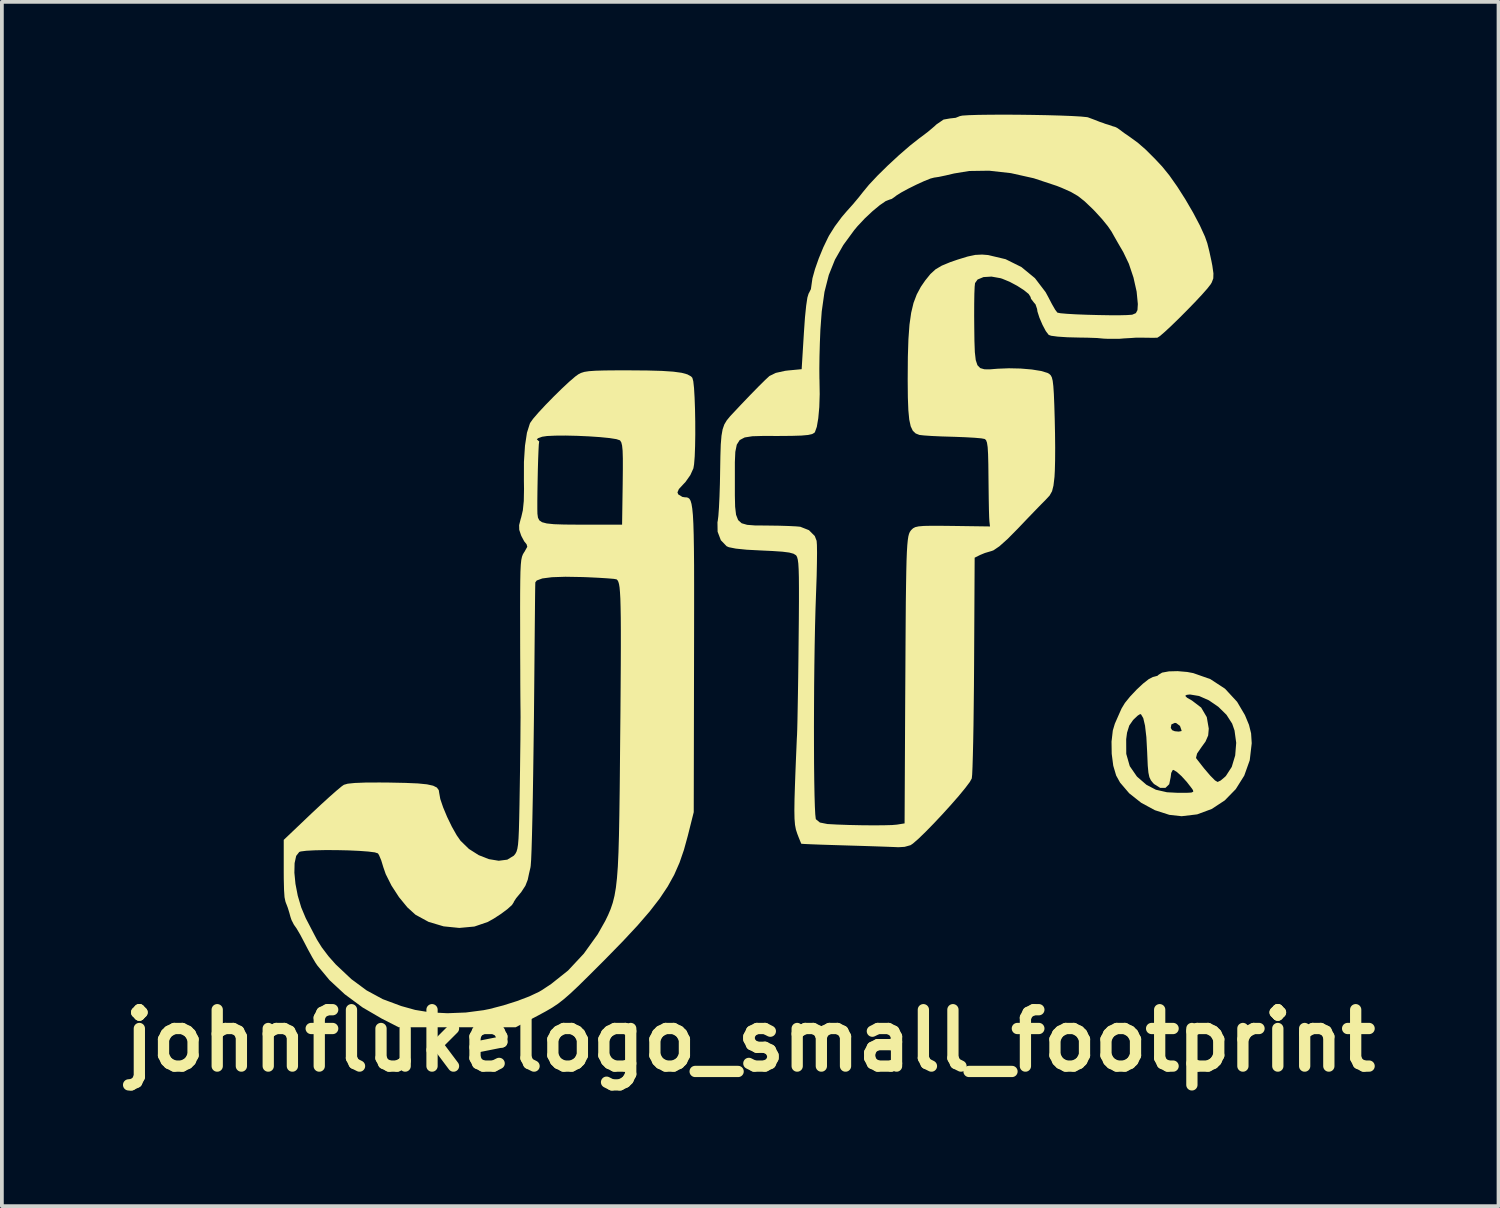
<source format=kicad_pcb>
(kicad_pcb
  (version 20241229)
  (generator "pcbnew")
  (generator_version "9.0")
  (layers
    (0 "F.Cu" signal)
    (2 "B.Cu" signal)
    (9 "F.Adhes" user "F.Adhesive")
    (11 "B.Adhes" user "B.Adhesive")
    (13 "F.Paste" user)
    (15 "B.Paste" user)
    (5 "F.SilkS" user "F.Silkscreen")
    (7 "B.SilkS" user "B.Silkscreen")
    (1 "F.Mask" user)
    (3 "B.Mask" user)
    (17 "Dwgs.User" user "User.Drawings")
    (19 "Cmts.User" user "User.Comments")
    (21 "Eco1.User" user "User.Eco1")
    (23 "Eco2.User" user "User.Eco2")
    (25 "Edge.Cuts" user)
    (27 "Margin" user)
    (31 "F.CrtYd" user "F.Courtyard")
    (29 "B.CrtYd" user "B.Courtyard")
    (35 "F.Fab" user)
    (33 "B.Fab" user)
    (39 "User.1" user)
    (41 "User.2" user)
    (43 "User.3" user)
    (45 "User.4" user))
  (footprint "johnflukelogo_small_footprint"
    (layer "F.Cu")
    (at 16.907 11.752)
    (property "Reference" "johnflukelogo_small_footprint" (at 0 12.88 0) (layer "F.SilkS") (effects (font (size 1.5 1.5) (thickness 0.3))))
    (attr board_only exclude_from_pos_files exclude_from_bom)
    (fp_poly (pts (xy 11.626 3.074) (xy 11.786 3.104) (xy 12.241 3.264) (xy 12.632 3.52) (xy 12.953 3.868) (xy 13.161 4.221) (xy 13.269 4.481) (xy 13.325 4.707) (xy 13.341 4.96) (xy 13.341 4.976) (xy 13.289 5.422) (xy 13.143 5.831) (xy 12.917 6.191) (xy 12.624 6.491) (xy 12.277 6.719) (xy 11.89 6.862) (xy 11.478 6.911) (xy 11.151 6.875) (xy 10.765 6.751) (xy 10.4 6.553) (xy 10.083 6.302) (xy 9.839 6.016) (xy 9.735 5.828) (xy 9.658 5.567) (xy 9.617 5.251) (xy 9.612 4.925) (xy 9.62 4.861) (xy 10.002 4.861) (xy 10.004 5.253) (xy 10.097 5.579) (xy 10.283 5.849) (xy 10.298 5.865) (xy 10.542 6.076) (xy 10.793 6.207) (xy 11.087 6.274) (xy 11.378 6.289) (xy 11.604 6.289) (xy 11.734 6.282) (xy 11.786 6.261) (xy 11.78 6.22) (xy 11.75 6.174) (xy 11.616 6.001) (xy 11.475 5.846) (xy 11.348 5.732) (xy 11.26 5.68) (xy 11.241 5.682) (xy 11.2 5.76) (xy 11.185 5.876) (xy 11.147 6.06) (xy 11.047 6.157) (xy 10.906 6.157) (xy 10.745 6.056) (xy 10.719 6.03) (xy 10.66 5.957) (xy 10.619 5.872) (xy 10.593 5.75) (xy 10.576 5.568) (xy 10.564 5.3) (xy 10.56 5.2) (xy 10.539 4.807) (xy 10.51 4.562) (xy 11.188 4.562) (xy 11.224 4.622) (xy 11.297 4.651) (xy 11.4 4.66) (xy 11.47 4.647) (xy 11.477 4.636) (xy 11.433 4.509) (xy 11.332 4.433) (xy 11.296 4.428) (xy 11.204 4.47) (xy 11.188 4.562) (xy 10.51 4.562) (xy 10.504 4.505) (xy 10.456 4.301) (xy 10.398 4.203) (xy 10.374 4.194) (xy 10.311 4.233) (xy 10.209 4.329) (xy 10.184 4.355) (xy 10.084 4.499) (xy 10.025 4.688) (xy 10.002 4.861) (xy 9.62 4.861) (xy 9.646 4.632) (xy 9.7 4.451) (xy 9.786 4.255) (xy 9.876 4.052) (xy 9.881 4.042) (xy 9.968 3.898) (xy 10.108 3.725) (xy 10.124 3.709) (xy 11.572 3.709) (xy 11.621 3.759) (xy 11.752 3.834) (xy 11.997 4.021) (xy 12.146 4.275) (xy 12.199 4.582) (xy 12.183 4.763) (xy 12.112 4.926) (xy 12.011 5.065) (xy 11.888 5.244) (xy 11.86 5.357) (xy 11.869 5.377) (xy 12.07 5.634) (xy 12.239 5.832) (xy 12.365 5.959) (xy 12.434 6) (xy 12.516 5.961) (xy 12.631 5.864) (xy 12.655 5.84) (xy 12.81 5.6) (xy 12.902 5.294) (xy 12.929 4.959) (xy 12.884 4.63) (xy 12.821 4.448) (xy 12.67 4.213) (xy 12.454 4.001) (xy 12.202 3.828) (xy 11.941 3.713) (xy 11.699 3.673) (xy 11.614 3.682) (xy 11.572 3.709) (xy 10.124 3.709) (xy 10.277 3.546) (xy 10.45 3.384) (xy 10.604 3.263) (xy 10.716 3.206) (xy 10.73 3.204) (xy 10.834 3.176) (xy 10.863 3.149) (xy 10.958 3.091) (xy 11.138 3.058) (xy 11.37 3.052)) (stroke (width 0) (type solid)) (fill yes) (layer "F.SilkS"))
    (fp_poly (pts (xy -2.737 -4.946) (xy -2.345 -4.935) (xy -2.045 -4.915) (xy -1.825 -4.885) (xy -1.672 -4.843) (xy -1.574 -4.789) (xy -1.539 -4.751) (xy -1.514 -4.66) (xy -1.494 -4.476) (xy -1.479 -4.22) (xy -1.468 -3.916) (xy -1.462 -3.585) (xy -1.461 -3.25) (xy -1.466 -2.935) (xy -1.476 -2.661) (xy -1.493 -2.451) (xy -1.511 -2.343) (xy -1.592 -2.164) (xy -1.722 -1.98) (xy -1.774 -1.925) (xy -1.897 -1.792) (xy -1.935 -1.704) (xy -1.914 -1.65) (xy -1.804 -1.583) (xy -1.743 -1.573) (xy -1.694 -1.571) (xy -1.652 -1.56) (xy -1.616 -1.532) (xy -1.586 -1.48) (xy -1.561 -1.395) (xy -1.541 -1.27) (xy -1.524 -1.097) (xy -1.512 -0.868) (xy -1.503 -0.575) (xy -1.497 -0.21) (xy -1.493 0.233) (xy -1.492 0.764) (xy -1.492 1.39) (xy -1.493 2.118) (xy -1.494 2.746) (xy -1.502 6.803) (xy -1.661 7.436) (xy -1.763 7.807) (xy -1.88 8.147) (xy -2.021 8.468) (xy -2.195 8.782) (xy -2.41 9.104) (xy -2.675 9.446) (xy -3 9.822) (xy -3.393 10.243) (xy -3.863 10.724) (xy -3.997 10.858) (xy -4.319 11.179) (xy -4.575 11.431) (xy -4.781 11.625) (xy -4.954 11.776) (xy -5.109 11.897) (xy -5.264 12.001) (xy -5.434 12.1) (xy -5.635 12.209) (xy -5.726 12.257) (xy -6.238 12.525) (xy -7.796 12.525) (xy -9.353 12.525) (xy -9.799 12.297) (xy -10.312 11.998) (xy -10.784 11.649) (xy -11.193 11.27) (xy -11.515 10.882) (xy -11.566 10.807) (xy -11.651 10.663) (xy -11.762 10.46) (xy -11.864 10.264) (xy -11.97 10.063) (xy -12.069 9.895) (xy -12.139 9.796) (xy -12.202 9.673) (xy -12.23 9.59) (xy -12.26 9.48) (xy -12.3 9.35) (xy -12.33 9.27) (xy -12.35 9.221) (xy -12.365 9.177) (xy -12.388 9.065) (xy -12.401 8.871) (xy -12.408 8.582) (xy -12.409 8.414) (xy -12.126 8.414) (xy -12.097 8.711) (xy -12.036 9.026) (xy -11.944 9.336) (xy -11.825 9.62) (xy -11.814 9.642) (xy -11.717 9.828) (xy -11.599 10.055) (xy -11.525 10.195) (xy -11.397 10.4) (xy -11.22 10.634) (xy -11.031 10.848) (xy -11.023 10.856) (xy -10.61 11.245) (xy -10.204 11.545) (xy -9.774 11.778) (xy -9.283 11.961) (xy -8.913 12.064) (xy -8.517 12.129) (xy -8.053 12.152) (xy -7.564 12.133) (xy -7.091 12.071) (xy -6.933 12.039) (xy -6.565 11.943) (xy -6.202 11.828) (xy -5.876 11.704) (xy -5.619 11.583) (xy -5.534 11.533) (xy -5.423 11.459) (xy -5.292 11.372) (xy -4.844 11.015) (xy -4.426 10.567) (xy -4.057 10.052) (xy -3.858 9.7) (xy -3.779 9.537) (xy -3.712 9.379) (xy -3.656 9.213) (xy -3.61 9.028) (xy -3.573 8.813) (xy -3.544 8.556) (xy -3.521 8.247) (xy -3.504 7.872) (xy -3.491 7.421) (xy -3.481 6.883) (xy -3.472 6.247) (xy -3.468 5.855) (xy -3.46 4.96) (xy -3.452 4.173) (xy -3.447 3.49) (xy -3.443 2.9) (xy -3.441 2.399) (xy -3.441 1.978) (xy -3.443 1.63) (xy -3.448 1.348) (xy -3.454 1.124) (xy -3.464 0.953) (xy -3.475 0.825) (xy -3.49 0.735) (xy -3.508 0.674) (xy -3.528 0.636) (xy -3.551 0.613) (xy -3.556 0.61) (xy -3.629 0.597) (xy -3.796 0.583) (xy -4.035 0.568) (xy -4.325 0.554) (xy -4.456 0.549) (xy -4.915 0.541) (xy -5.274 0.553) (xy -5.53 0.586) (xy -5.678 0.64) (xy -5.716 0.689) (xy -5.718 0.755) (xy -5.721 0.923) (xy -5.724 1.179) (xy -5.727 1.508) (xy -5.731 1.897) (xy -5.735 2.331) (xy -5.737 2.563) (xy -5.745 3.453) (xy -5.753 4.288) (xy -5.763 5.062) (xy -5.773 5.769) (xy -5.783 6.401) (xy -5.794 6.953) (xy -5.805 7.418) (xy -5.816 7.79) (xy -5.827 8.062) (xy -5.839 8.227) (xy -5.845 8.272) (xy -5.884 8.44) (xy -5.918 8.601) (xy -5.981 8.762) (xy -6.093 8.933) (xy -6.123 8.968) (xy -6.227 9.093) (xy -6.286 9.185) (xy -6.292 9.203) (xy -6.338 9.274) (xy -6.459 9.383) (xy -6.628 9.509) (xy -6.82 9.634) (xy -6.982 9.725) (xy -7.337 9.846) (xy -7.739 9.883) (xy -8.156 9.841) (xy -8.556 9.722) (xy -8.904 9.532) (xy -9.121 9.335) (xy -9.343 9.064) (xy -9.543 8.756) (xy -9.696 8.451) (xy -9.759 8.27) (xy -9.815 8.086) (xy -9.874 7.946) (xy -9.903 7.9) (xy -9.986 7.873) (xy -10.162 7.851) (xy -10.405 7.833) (xy -10.693 7.82) (xy -11.001 7.813) (xy -11.306 7.812) (xy -11.583 7.818) (xy -11.808 7.83) (xy -11.957 7.849) (xy -11.996 7.862) (xy -12.078 7.967) (xy -12.12 8.159) (xy -12.126 8.414) (xy -12.409 8.414) (xy -12.409 8.366) (xy -12.409 7.541) (xy -11.676 6.843) (xy -11.426 6.609) (xy -11.197 6.4) (xy -11.005 6.231) (xy -10.867 6.116) (xy -10.808 6.075) (xy -10.706 6.046) (xy -10.521 6.027) (xy -10.242 6.016) (xy -9.861 6.014) (xy -9.604 6.016) (xy -9.17 6.025) (xy -8.839 6.039) (xy -8.599 6.063) (xy -8.435 6.099) (xy -8.335 6.149) (xy -8.285 6.217) (xy -8.272 6.299) (xy -8.244 6.454) (xy -8.169 6.675) (xy -8.062 6.931) (xy -7.937 7.189) (xy -7.809 7.416) (xy -7.706 7.564) (xy -7.483 7.781) (xy -7.224 7.946) (xy -6.952 8.053) (xy -6.69 8.096) (xy -6.462 8.067) (xy -6.29 7.962) (xy -6.282 7.953) (xy -6.245 7.907) (xy -6.216 7.852) (xy -6.194 7.776) (xy -6.176 7.664) (xy -6.163 7.502) (xy -6.153 7.278) (xy -6.145 6.977) (xy -6.137 6.586) (xy -6.13 6.133) (xy -6.123 5.682) (xy -6.118 5.252) (xy -6.113 4.862) (xy -6.111 4.53) (xy -6.109 4.275) (xy -6.11 4.116) (xy -6.11 4.107) (xy -6.112 3.962) (xy -6.114 3.718) (xy -6.116 3.392) (xy -6.117 3.003) (xy -6.119 2.566) (xy -6.12 2.101) (xy -6.12 1.897) (xy -6.121 1.382) (xy -6.12 0.97) (xy -6.117 0.648) (xy -6.112 0.404) (xy -6.103 0.225) (xy -6.09 0.097) (xy -6.071 0.008) (xy -6.047 -0.055) (xy -6.017 -0.106) (xy -6.004 -0.124) (xy -5.93 -0.257) (xy -5.949 -0.324) (xy -6.012 -0.401) (xy -6.085 -0.538) (xy -6.097 -0.566) (xy -6.144 -0.707) (xy -6.147 -0.832) (xy -6.105 -0.999) (xy -6.092 -1.039) (xy -6.048 -1.228) (xy -6.023 -1.473) (xy -6.017 -1.799) (xy -6.02 -2.01) (xy -6.019 -2.516) (xy -5.991 -2.947) (xy -5.966 -3.11) (xy -5.676 -3.11) (xy -5.665 -3.104) (xy -5.612 -3.057) (xy -5.616 -3.039) (xy -5.624 -2.972) (xy -5.632 -2.813) (xy -5.641 -2.585) (xy -5.649 -2.313) (xy -5.655 -2.021) (xy -5.66 -1.732) (xy -5.663 -1.471) (xy -5.663 -1.262) (xy -5.66 -1.129) (xy -5.659 -1.126) (xy -5.646 -1.031) (xy -5.61 -0.96) (xy -5.537 -0.91) (xy -5.412 -0.877) (xy -5.219 -0.857) (xy -4.944 -0.848) (xy -4.571 -0.845) (xy -4.452 -0.845) (xy -3.408 -0.845) (xy -3.392 -1.929) (xy -3.388 -2.318) (xy -3.388 -2.607) (xy -3.394 -2.812) (xy -3.408 -2.949) (xy -3.429 -3.033) (xy -3.459 -3.081) (xy -3.467 -3.089) (xy -3.56 -3.12) (xy -3.745 -3.149) (xy -3.997 -3.174) (xy -4.292 -3.194) (xy -4.605 -3.208) (xy -4.911 -3.215) (xy -5.185 -3.213) (xy -5.404 -3.203) (xy -5.534 -3.184) (xy -5.647 -3.143) (xy -5.676 -3.11) (xy -5.966 -3.11) (xy -5.939 -3.29) (xy -5.862 -3.533) (xy -5.852 -3.554) (xy -5.775 -3.662) (xy -5.632 -3.828) (xy -5.444 -4.03) (xy -5.231 -4.248) (xy -5.015 -4.46) (xy -4.816 -4.646) (xy -4.654 -4.785) (xy -4.573 -4.844) (xy -4.501 -4.881) (xy -4.412 -4.909) (xy -4.288 -4.928) (xy -4.113 -4.94) (xy -3.868 -4.947) (xy -3.536 -4.95) (xy -3.233 -4.95)) (stroke (width 0) (type solid)) (fill yes) (layer "F.SilkS"))
    (fp_poly (pts (xy 7.118 -11.75) (xy 7.51 -11.745) (xy 7.891 -11.738) (xy 8.245 -11.728) (xy 8.552 -11.716) (xy 8.796 -11.702) (xy 8.957 -11.686) (xy 8.981 -11.682) (xy 9.155 -11.617) (xy 9.3 -11.56) (xy 9.39 -11.53) (xy 9.44 -11.51) (xy 9.54 -11.48) (xy 9.648 -11.442) (xy 9.71 -11.425) (xy 9.761 -11.4) (xy 9.823 -11.357) (xy 9.953 -11.26) (xy 10.097 -11.161) (xy 10.309 -11.007) (xy 10.526 -10.818) (xy 10.772 -10.572) (xy 10.96 -10.371) (xy 11.15 -10.137) (xy 11.362 -9.836) (xy 11.579 -9.495) (xy 11.785 -9.141) (xy 11.963 -8.803) (xy 12.098 -8.507) (xy 12.16 -8.331) (xy 12.214 -8.116) (xy 12.269 -7.862) (xy 12.294 -7.734) (xy 12.323 -7.529) (xy 12.319 -7.395) (xy 12.278 -7.287) (xy 12.25 -7.24) (xy 12.163 -7.128) (xy 12.019 -6.965) (xy 11.834 -6.767) (xy 11.626 -6.553) (xy 11.412 -6.338) (xy 11.208 -6.14) (xy 11.032 -5.976) (xy 10.901 -5.863) (xy 10.831 -5.818) (xy 10.83 -5.818) (xy 10.735 -5.816) (xy 10.559 -5.817) (xy 10.41 -5.82) (xy 10.27 -5.82) (xy 10.13 -5.81) (xy 9.95 -5.8) (xy 9.83 -5.79) (xy 9.78 -5.79) (xy 9.73 -5.79) (xy 9.63 -5.79) (xy 9.56 -5.79) (xy 9.49 -5.79) (xy 9.399 -5.794) (xy 9.228 -5.81) (xy 8.967 -5.819) (xy 8.761 -5.822) (xy 8.437 -5.83) (xy 8.18 -5.847) (xy 8.007 -5.87) (xy 7.941 -5.893) (xy 7.864 -5.994) (xy 7.775 -6.162) (xy 7.694 -6.351) (xy 7.641 -6.516) (xy 7.632 -6.583) (xy 7.59 -6.705) (xy 7.544 -6.758) (xy 7.47 -6.854) (xy 7.457 -6.904) (xy 7.408 -6.981) (xy 7.28 -7.085) (xy 7.102 -7.199) (xy 6.901 -7.306) (xy 6.707 -7.386) (xy 6.661 -7.401) (xy 6.419 -7.444) (xy 6.206 -7.431) (xy 6.049 -7.366) (xy 5.981 -7.271) (xy 5.971 -7.174) (xy 5.963 -6.982) (xy 5.959 -6.717) (xy 5.958 -6.401) (xy 5.96 -6.132) (xy 5.965 -5.732) (xy 5.976 -5.434) (xy 6 -5.223) (xy 6.045 -5.087) (xy 6.119 -5.01) (xy 6.23 -4.978) (xy 6.384 -4.977) (xy 6.58 -4.993) (xy 6.882 -5.005) (xy 7.195 -4.998) (xy 7.49 -4.973) (xy 7.738 -4.933) (xy 7.911 -4.881) (xy 7.952 -4.858) (xy 7.993 -4.82) (xy 8.024 -4.764) (xy 8.047 -4.672) (xy 8.064 -4.53) (xy 8.078 -4.319) (xy 8.09 -4.024) (xy 8.101 -3.653) (xy 8.109 -3.27) (xy 8.113 -2.895) (xy 8.111 -2.556) (xy 8.104 -2.282) (xy 8.095 -2.116) (xy 8.068 -1.886) (xy 8.03 -1.734) (xy 7.965 -1.619) (xy 7.858 -1.504) (xy 7.742 -1.387) (xy 7.569 -1.209) (xy 7.361 -0.993) (xy 7.142 -0.763) (xy 7.124 -0.744) (xy 6.847 -0.464) (xy 6.629 -0.269) (xy 6.473 -0.163) (xy 6.425 -0.145) (xy 6.243 -0.091) (xy 6.117 -0.039) (xy 5.971 0.034) (xy 5.956 2.881) (xy 5.952 3.452) (xy 5.946 3.992) (xy 5.94 4.489) (xy 5.932 4.93) (xy 5.923 5.304) (xy 5.914 5.599) (xy 5.905 5.803) (xy 5.895 5.902) (xy 5.895 5.905) (xy 5.841 6.002) (xy 5.719 6.164) (xy 5.547 6.373) (xy 5.339 6.611) (xy 5.112 6.861) (xy 4.882 7.106) (xy 4.664 7.329) (xy 4.475 7.512) (xy 4.33 7.638) (xy 4.265 7.682) (xy 4.108 7.726) (xy 3.944 7.736) (xy 3.83 7.731) (xy 3.62 7.723) (xy 3.336 7.713) (xy 2.998 7.702) (xy 2.628 7.691) (xy 2.563 7.689) (xy 2.204 7.678) (xy 1.887 7.668) (xy 1.629 7.658) (xy 1.449 7.65) (xy 1.364 7.644) (xy 1.359 7.643) (xy 1.335 7.587) (xy 1.283 7.458) (xy 1.252 7.377) (xy 1.216 7.266) (xy 1.192 7.14) (xy 1.179 6.978) (xy 1.175 6.759) (xy 1.179 6.463) (xy 1.19 6.11) (xy 1.203 5.748) (xy 1.217 5.399) (xy 1.23 5.091) (xy 1.24 4.853) (xy 1.246 4.748) (xy 1.251 4.609) (xy 1.257 4.37) (xy 1.263 4.046) (xy 1.27 3.652) (xy 1.277 3.204) (xy 1.283 2.718) (xy 1.288 2.23) (xy 1.294 1.665) (xy 1.297 1.205) (xy 1.297 0.838) (xy 1.295 0.555) (xy 1.289 0.342) (xy 1.28 0.19) (xy 1.266 0.086) (xy 1.248 0.019) (xy 1.226 -0.022) (xy 1.217 -0.032) (xy 1.152 -0.072) (xy 1.038 -0.103) (xy 0.858 -0.126) (xy 0.593 -0.144) (xy 0.314 -0.157) (xy -0.09 -0.178) (xy -0.383 -0.208) (xy -0.568 -0.245) (xy -0.627 -0.271) (xy -0.781 -0.431) (xy -0.867 -0.657) (xy -0.871 -0.91) (xy -0.863 -0.948) (xy -0.847 -1.076) (xy -0.831 -1.298) (xy -0.817 -1.59) (xy -0.806 -1.928) (xy -0.802 -2.137) (xy -0.408 -2.137) (xy -0.408 -2.023) (xy -0.408 -1.621) (xy -0.401 -1.321) (xy -0.376 -1.108) (xy -0.321 -0.967) (xy -0.227 -0.882) (xy -0.081 -0.84) (xy 0.126 -0.824) (xy 0.407 -0.822) (xy 0.48 -0.821) (xy 0.77 -0.817) (xy 1.027 -0.809) (xy 1.225 -0.799) (xy 1.333 -0.789) (xy 1.563 -0.698) (xy 1.718 -0.542) (xy 1.767 -0.415) (xy 1.775 -0.305) (xy 1.778 -0.099) (xy 1.775 0.183) (xy 1.768 0.52) (xy 1.755 0.894) (xy 1.751 1.002) (xy 1.737 1.402) (xy 1.725 1.858) (xy 1.715 2.357) (xy 1.707 2.886) (xy 1.701 3.433) (xy 1.698 3.983) (xy 1.696 4.525) (xy 1.697 5.044) (xy 1.699 5.53) (xy 1.704 5.967) (xy 1.711 6.343) (xy 1.72 6.646) (xy 1.731 6.862) (xy 1.744 6.979) (xy 1.749 6.993) (xy 1.854 7.079) (xy 2.054 7.119) (xy 2.313 7.133) (xy 2.62 7.144) (xy 2.948 7.151) (xy 3.268 7.154) (xy 3.553 7.152) (xy 3.775 7.146) (xy 3.903 7.135) (xy 4.107 7.102) (xy 4.123 3.886) (xy 4.128 3.061) (xy 4.132 2.346) (xy 4.136 1.73) (xy 4.14 1.207) (xy 4.146 0.769) (xy 4.152 0.408) (xy 4.159 0.115) (xy 4.168 -0.118) (xy 4.179 -0.297) (xy 4.192 -0.432) (xy 4.207 -0.531) (xy 4.225 -0.6) (xy 4.246 -0.649) (xy 4.27 -0.685) (xy 4.286 -0.704) (xy 4.332 -0.748) (xy 4.391 -0.779) (xy 4.48 -0.799) (xy 4.618 -0.811) (xy 4.823 -0.815) (xy 5.114 -0.814) (xy 5.387 -0.811) (xy 6.379 -0.797) (xy 6.363 -0.937) (xy 6.357 -1.041) (xy 6.351 -1.238) (xy 6.346 -1.507) (xy 6.342 -1.825) (xy 6.339 -2.08) (xy 6.335 -2.451) (xy 6.328 -2.722) (xy 6.317 -2.908) (xy 6.299 -3.026) (xy 6.274 -3.093) (xy 6.24 -3.123) (xy 6.239 -3.124) (xy 6.148 -3.141) (xy 5.966 -3.157) (xy 5.717 -3.171) (xy 5.429 -3.182) (xy 5.389 -3.183) (xy 5.092 -3.192) (xy 4.829 -3.204) (xy 4.625 -3.218) (xy 4.508 -3.231) (xy 4.501 -3.232) (xy 4.402 -3.271) (xy 4.326 -3.343) (xy 4.27 -3.461) (xy 4.231 -3.639) (xy 4.207 -3.891) (xy 4.194 -4.23) (xy 4.19 -4.67) (xy 4.19 -4.735) (xy 4.194 -5.307) (xy 4.209 -5.778) (xy 4.237 -6.164) (xy 4.282 -6.481) (xy 4.345 -6.744) (xy 4.431 -6.97) (xy 4.54 -7.173) (xy 4.655 -7.34) (xy 4.793 -7.511) (xy 4.929 -7.636) (xy 5.096 -7.735) (xy 5.323 -7.829) (xy 5.518 -7.896) (xy 5.785 -7.978) (xy 5.988 -8.021) (xy 6.17 -8.03) (xy 6.33 -8.017) (xy 6.794 -7.907) (xy 7.215 -7.698) (xy 7.575 -7.402) (xy 7.858 -7.031) (xy 7.927 -6.904) (xy 8.027 -6.712) (xy 8.113 -6.563) (xy 8.17 -6.488) (xy 8.173 -6.485) (xy 8.254 -6.469) (xy 8.426 -6.454) (xy 8.666 -6.44) (xy 8.949 -6.429) (xy 9.251 -6.421) (xy 9.546 -6.416) (xy 9.811 -6.415) (xy 10.02 -6.42) (xy 10.15 -6.429) (xy 10.167 -6.432) (xy 10.26 -6.472) (xy 10.302 -6.552) (xy 10.312 -6.711) (xy 10.312 -6.715) (xy 10.28 -7.045) (xy 10.196 -7.419) (xy 10.073 -7.786) (xy 9.925 -8.095) (xy 9.924 -8.097) (xy 9.799 -8.311) (xy 9.677 -8.525) (xy 9.611 -8.643) (xy 9.512 -8.787) (xy 9.357 -8.977) (xy 9.171 -9.181) (xy 9.098 -9.255) (xy 8.895 -9.448) (xy 8.719 -9.587) (xy 8.53 -9.697) (xy 8.287 -9.805) (xy 8.156 -9.857) (xy 7.543 -10.06) (xy 6.936 -10.196) (xy 6.355 -10.261) (xy 5.822 -10.253) (xy 5.423 -10.187) (xy 5.202 -10.135) (xy 5.017 -10.096) (xy 4.903 -10.079) (xy 4.895 -10.078) (xy 4.795 -10.052) (xy 4.626 -9.984) (xy 4.419 -9.889) (xy 4.205 -9.783) (xy 4.017 -9.681) (xy 3.887 -9.599) (xy 3.857 -9.574) (xy 3.761 -9.508) (xy 3.718 -9.496) (xy 3.609 -9.455) (xy 3.447 -9.344) (xy 3.253 -9.183) (xy 3.048 -8.991) (xy 2.855 -8.785) (xy 2.768 -8.681) (xy 2.478 -8.285) (xy 2.255 -7.895) (xy 2.091 -7.487) (xy 1.976 -7.036) (xy 1.903 -6.517) (xy 1.867 -6.03) (xy 1.853 -5.674) (xy 1.843 -5.315) (xy 1.839 -4.989) (xy 1.841 -4.734) (xy 1.843 -4.69) (xy 1.849 -4.318) (xy 1.838 -3.973) (xy 1.811 -3.676) (xy 1.772 -3.447) (xy 1.722 -3.308) (xy 1.707 -3.289) (xy 1.648 -3.255) (xy 1.54 -3.231) (xy 1.365 -3.215) (xy 1.107 -3.207) (xy 0.751 -3.204) (xy 0.724 -3.204) (xy 0.342 -3.205) (xy 0.057 -3.197) (xy -0.146 -3.165) (xy -0.279 -3.096) (xy -0.357 -2.973) (xy -0.396 -2.782) (xy -0.408 -2.508) (xy -0.408 -2.137) (xy -0.802 -2.137) (xy -0.8 -2.262) (xy -0.793 -2.669) (xy -0.783 -2.978) (xy -0.764 -3.209) (xy -0.734 -3.38) (xy -0.689 -3.51) (xy -0.624 -3.619) (xy -0.536 -3.726) (xy -0.499 -3.766) (xy -0.239 -4.043) (xy 0.008 -4.301) (xy 0.224 -4.522) (xy 0.396 -4.692) (xy 0.506 -4.794) (xy 0.515 -4.801) (xy 0.68 -4.882) (xy 0.928 -4.937) (xy 1.012 -4.947) (xy 1.369 -4.981) (xy 1.429 -5.955) (xy 1.457 -6.357) (xy 1.489 -6.67) (xy 1.521 -6.885) (xy 1.554 -6.994) (xy 1.56 -7.001) (xy 1.615 -7.111) (xy 1.631 -7.225) (xy 1.656 -7.399) (xy 1.724 -7.644) (xy 1.824 -7.928) (xy 1.944 -8.22) (xy 2.073 -8.488) (xy 2.098 -8.536) (xy 2.25 -8.778) (xy 2.437 -9.03) (xy 2.561 -9.175) (xy 2.732 -9.366) (xy 2.896 -9.562) (xy 2.995 -9.688) (xy 3.16 -9.888) (xy 3.392 -10.135) (xy 3.667 -10.405) (xy 3.96 -10.676) (xy 4.245 -10.923) (xy 4.498 -11.123) (xy 4.544 -11.156) (xy 4.727 -11.295) (xy 4.899 -11.44) (xy 4.953 -11.491) (xy 5.143 -11.621) (xy 5.313 -11.651) (xy 5.466 -11.668) (xy 5.568 -11.709) (xy 5.572 -11.712) (xy 5.644 -11.727) (xy 5.814 -11.738) (xy 6.065 -11.746) (xy 6.378 -11.75) (xy 6.735 -11.752)) (stroke (width 0) (type solid)) (fill yes) (layer "F.SilkS")))
  (gr_rect
    (start -3 -3)
    (end 36.814 29.036)
    (stroke (width 0.1) (type default))
    (fill no)
    (layer "Edge.Cuts")))
</source>
